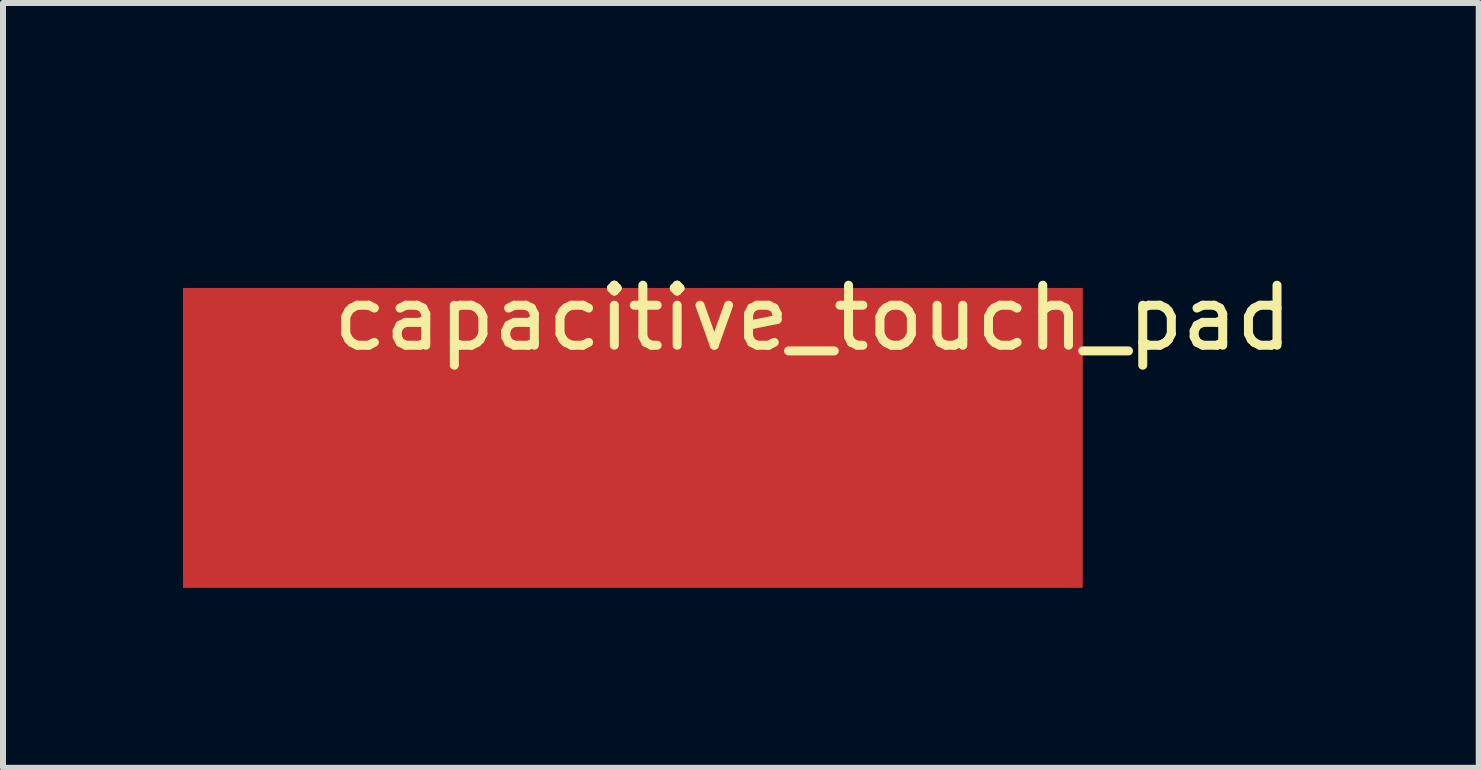
<source format=kicad_pcb>
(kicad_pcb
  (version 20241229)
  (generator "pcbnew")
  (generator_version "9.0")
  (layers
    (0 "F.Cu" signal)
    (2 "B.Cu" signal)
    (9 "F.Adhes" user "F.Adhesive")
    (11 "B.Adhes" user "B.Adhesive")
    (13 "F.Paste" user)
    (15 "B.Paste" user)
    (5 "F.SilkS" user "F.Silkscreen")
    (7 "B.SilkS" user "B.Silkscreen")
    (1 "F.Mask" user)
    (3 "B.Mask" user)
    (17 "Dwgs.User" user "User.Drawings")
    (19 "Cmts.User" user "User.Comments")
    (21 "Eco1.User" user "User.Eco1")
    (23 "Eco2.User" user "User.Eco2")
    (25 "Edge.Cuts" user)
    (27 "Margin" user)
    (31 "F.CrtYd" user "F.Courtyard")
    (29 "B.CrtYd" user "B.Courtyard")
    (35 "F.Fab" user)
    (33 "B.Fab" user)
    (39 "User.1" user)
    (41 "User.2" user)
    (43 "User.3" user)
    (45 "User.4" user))
  (footprint "capacitive_touch_pad"
    (layer "F.Cu")
    (at 11.5 0.25)
    (property "Reference" "capacitive_touch_pad" (at -1 2 0) (layer "F.SilkS") (effects (font (size 1 1) (thickness 0.15))))
    (attr through_hole)
    (pad "1" smd rect (at -4 4) (size 15 5) (layers "F.Cu" "F.Mask" "F.Paste")))
  (gr_rect
    (start -3 -3)
    (end 21.601 9.75)
    (stroke (width 0.1) (type default))
    (fill no)
    (layer "Edge.Cuts")))
</source>
